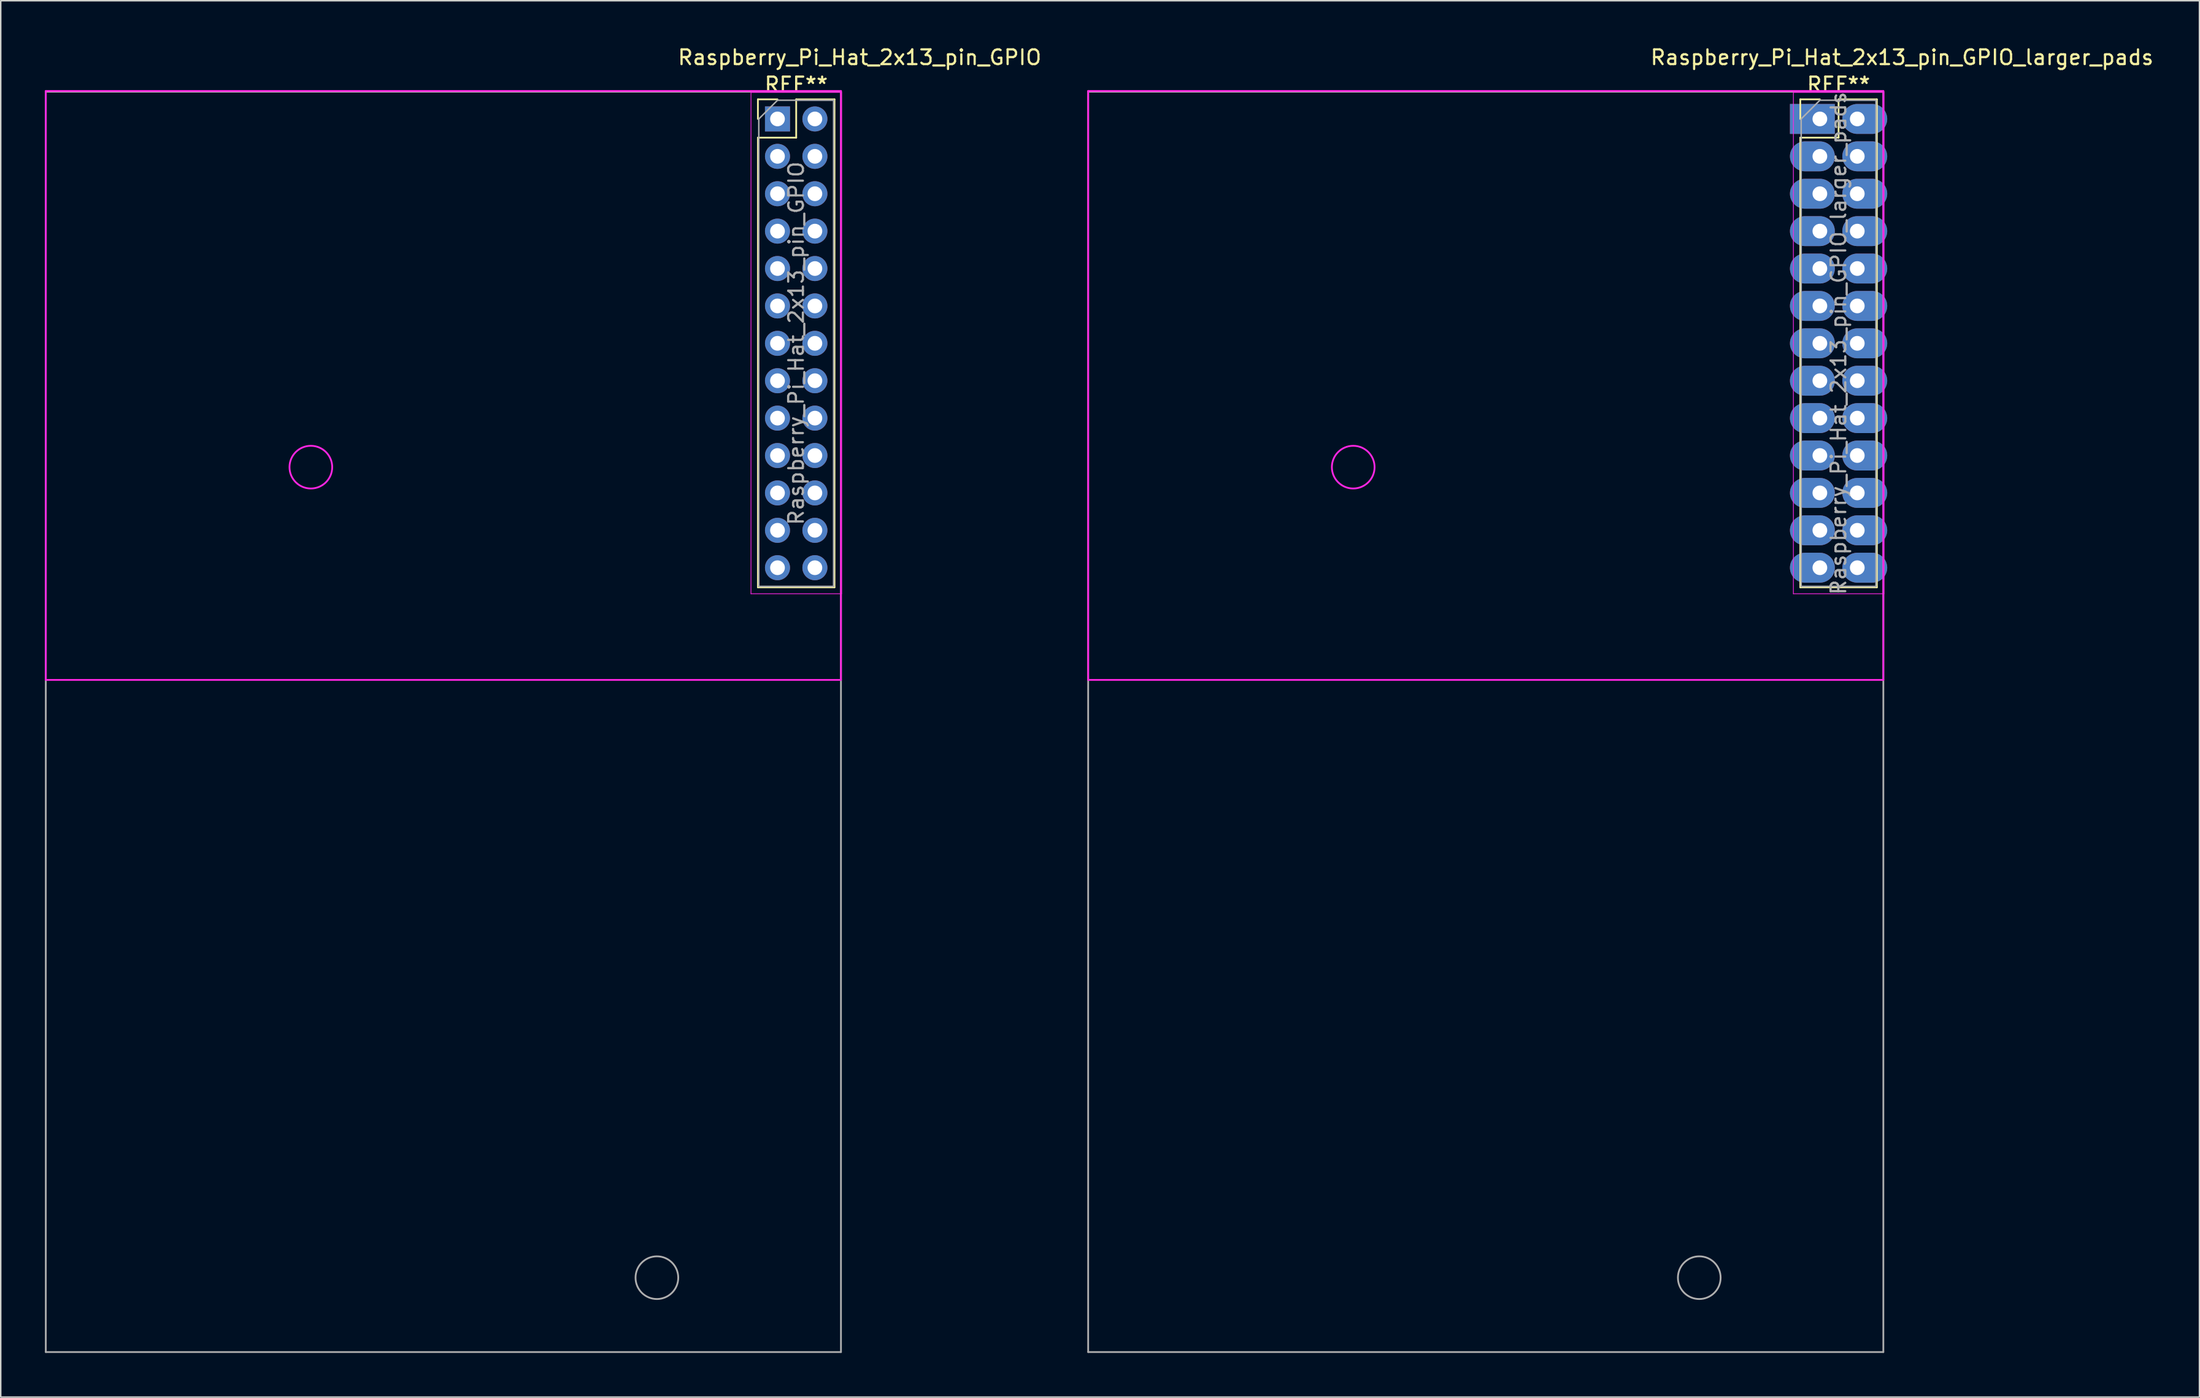
<source format=kicad_pcb>
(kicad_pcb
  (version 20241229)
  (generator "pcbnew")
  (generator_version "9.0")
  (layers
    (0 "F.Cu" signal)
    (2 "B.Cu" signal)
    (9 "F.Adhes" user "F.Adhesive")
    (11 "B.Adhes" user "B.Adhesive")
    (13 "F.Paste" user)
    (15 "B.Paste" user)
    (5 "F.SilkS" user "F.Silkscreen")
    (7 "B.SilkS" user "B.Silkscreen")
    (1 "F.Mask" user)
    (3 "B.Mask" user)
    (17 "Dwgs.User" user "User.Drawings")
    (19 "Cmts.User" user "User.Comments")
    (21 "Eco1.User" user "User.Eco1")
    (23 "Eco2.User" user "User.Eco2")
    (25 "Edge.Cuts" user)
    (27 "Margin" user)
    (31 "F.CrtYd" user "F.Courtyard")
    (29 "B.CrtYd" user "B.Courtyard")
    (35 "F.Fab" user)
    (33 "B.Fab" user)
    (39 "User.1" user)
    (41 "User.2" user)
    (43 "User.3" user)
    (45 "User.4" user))
  (footprint "Raspberry_Pi_Hat_2x13_pin_GPIO"
    (layer "F.Cu")
    (at 49.717 5.033)
    (property "Reference" "Raspberry_Pi_Hat_2x13_pin_GPIO" (at 5.613 -4.185 0) (layer "F.SilkS") (effects (font (size 1 1) (thickness 0.15))))
    (attr through_hole)
    (fp_line (start -1.297 -1.335) (end 0.033 -1.335) (stroke (width 0.12) (type solid)) (layer "F.SilkS"))
    (fp_line (start -1.297 -0.005) (end -1.297 -1.335) (stroke (width 0.12) (type solid)) (layer "F.SilkS"))
    (fp_line (start -1.297 1.265) (end -1.297 31.805) (stroke (width 0.12) (type solid)) (layer "F.SilkS"))
    (fp_line (start -1.297 1.265) (end 1.303 1.265) (stroke (width 0.12) (type solid)) (layer "F.SilkS"))
    (fp_line (start -1.297 31.805) (end 3.903 31.805) (stroke (width 0.12) (type solid)) (layer "F.SilkS"))
    (fp_line (start 1.303 -1.335) (end 3.903 -1.335) (stroke (width 0.12) (type solid)) (layer "F.SilkS"))
    (fp_line (start 1.303 1.265) (end 1.303 -1.335) (stroke (width 0.12) (type solid)) (layer "F.SilkS"))
    (fp_line (start 3.903 -1.335) (end 3.903 31.805) (stroke (width 0.12) (type solid)) (layer "F.SilkS"))
    (fp_line (start -49.657 -1.905) (end -49.657 38.095) (stroke (width 0.12) (type solid)) (layer "F.CrtYd"))
    (fp_line (start -49.657 38.095) (end 4.343 38.095) (stroke (width 0.12) (type solid)) (layer "F.CrtYd"))
    (fp_line (start -1.767 -1.805) (end -1.767 32.245) (stroke (width 0.05) (type solid)) (layer "F.CrtYd"))
    (fp_line (start -1.767 32.245) (end 4.383 32.245) (stroke (width 0.05) (type solid)) (layer "F.CrtYd"))
    (fp_line (start 4.343 -1.905) (end -49.657 -1.905) (stroke (width 0.12) (type solid)) (layer "F.CrtYd"))
    (fp_line (start 4.343 38.095) (end 4.343 -1.905) (stroke (width 0.12) (type solid)) (layer "F.CrtYd"))
    (fp_line (start 4.383 -1.805) (end -1.767 -1.805) (stroke (width 0.05) (type solid)) (layer "F.CrtYd"))
    (fp_line (start 4.383 32.245) (end 4.383 -1.805) (stroke (width 0.05) (type solid)) (layer "F.CrtYd"))
    (fp_circle (center -31.657 23.645) (end -30.207 23.645) (stroke (width 0.12) (type solid)) (fill no) (layer "F.CrtYd"))
    (fp_line (start -49.657 -1.855) (end 4.343 -1.855) (stroke (width 0.12) (type solid)) (layer "F.Fab"))
    (fp_line (start -49.657 83.745) (end -49.657 -1.855) (stroke (width 0.12) (type solid)) (layer "F.Fab"))
    (fp_line (start -1.237 -0.005) (end 0.033 -1.275) (stroke (width 0.1) (type solid)) (layer "F.Fab"))
    (fp_line (start -1.237 31.745) (end -1.237 -0.005) (stroke (width 0.1) (type solid)) (layer "F.Fab"))
    (fp_line (start 0.033 -1.275) (end 3.843 -1.275) (stroke (width 0.1) (type solid)) (layer "F.Fab"))
    (fp_line (start 3.843 -1.275) (end 3.843 31.745) (stroke (width 0.1) (type solid)) (layer "F.Fab"))
    (fp_line (start 3.843 31.745) (end -1.237 31.745) (stroke (width 0.1) (type solid)) (layer "F.Fab"))
    (fp_line (start 4.343 -1.855) (end 4.343 83.745) (stroke (width 0.12) (type solid)) (layer "F.Fab"))
    (fp_line (start 4.343 83.745) (end -49.657 83.745) (stroke (width 0.12) (type solid)) (layer "F.Fab"))
    (fp_circle (center -8.157 78.695) (end -6.707 78.695) (stroke (width 0.12) (type solid)) (fill no) (layer "F.Fab"))
    (fp_text user "REF**" (at 1.303 -2.335 0) (layer "F.SilkS") (effects (font (size 1 1) (thickness 0.15))))
    (fp_text user "${REFERENCE}" (at 1.303 15.235 90) (layer "F.Fab") (effects (font (size 1 1) (thickness 0.15))))
    (pad "1" thru_hole rect (at 0.033 -0.005) (size 1.7 1.7) (drill 1) (layers "*.Cu" "*.Mask"))
    (pad "2" thru_hole oval (at 2.573 -0.005) (size 1.7 1.7) (drill 1) (layers "*.Cu" "*.Mask"))
    (pad "3" thru_hole oval (at 0.033 2.535) (size 1.7 1.7) (drill 1) (layers "*.Cu" "*.Mask"))
    (pad "4" thru_hole oval (at 2.573 2.535) (size 1.7 1.7) (drill 1) (layers "*.Cu" "*.Mask"))
    (pad "5" thru_hole oval (at 0.033 5.075) (size 1.7 1.7) (drill 1) (layers "*.Cu" "*.Mask"))
    (pad "6" thru_hole oval (at 2.573 5.075) (size 1.7 1.7) (drill 1) (layers "*.Cu" "*.Mask"))
    (pad "7" thru_hole oval (at 0.033 7.615) (size 1.7 1.7) (drill 1) (layers "*.Cu" "*.Mask"))
    (pad "8" thru_hole oval (at 2.573 7.615) (size 1.7 1.7) (drill 1) (layers "*.Cu" "*.Mask"))
    (pad "9" thru_hole oval (at 0.033 10.155) (size 1.7 1.7) (drill 1) (layers "*.Cu" "*.Mask"))
    (pad "10" thru_hole oval (at 2.573 10.155) (size 1.7 1.7) (drill 1) (layers "*.Cu" "*.Mask"))
    (pad "11" thru_hole oval (at 0.033 12.695) (size 1.7 1.7) (drill 1) (layers "*.Cu" "*.Mask"))
    (pad "12" thru_hole oval (at 2.573 12.695) (size 1.7 1.7) (drill 1) (layers "*.Cu" "*.Mask"))
    (pad "13" thru_hole oval (at 0.033 15.235) (size 1.7 1.7) (drill 1) (layers "*.Cu" "*.Mask"))
    (pad "14" thru_hole oval (at 2.573 15.235) (size 1.7 1.7) (drill 1) (layers "*.Cu" "*.Mask"))
    (pad "15" thru_hole oval (at 0.033 17.775) (size 1.7 1.7) (drill 1) (layers "*.Cu" "*.Mask"))
    (pad "16" thru_hole oval (at 2.573 17.775) (size 1.7 1.7) (drill 1) (layers "*.Cu" "*.Mask"))
    (pad "17" thru_hole oval (at 0.033 20.315) (size 1.7 1.7) (drill 1) (layers "*.Cu" "*.Mask"))
    (pad "18" thru_hole oval (at 2.573 20.315) (size 1.7 1.7) (drill 1) (layers "*.Cu" "*.Mask"))
    (pad "19" thru_hole oval (at 0.033 22.855) (size 1.7 1.7) (drill 1) (layers "*.Cu" "*.Mask"))
    (pad "20" thru_hole oval (at 2.573 22.855) (size 1.7 1.7) (drill 1) (layers "*.Cu" "*.Mask"))
    (pad "21" thru_hole oval (at 0.033 25.395) (size 1.7 1.7) (drill 1) (layers "*.Cu" "*.Mask"))
    (pad "22" thru_hole oval (at 2.573 25.395) (size 1.7 1.7) (drill 1) (layers "*.Cu" "*.Mask"))
    (pad "23" thru_hole oval (at 0.033 27.935) (size 1.7 1.7) (drill 1) (layers "*.Cu" "*.Mask"))
    (pad "24" thru_hole oval (at 2.573 27.935) (size 1.7 1.7) (drill 1) (layers "*.Cu" "*.Mask"))
    (pad "25" thru_hole oval (at 0.033 30.475) (size 1.7 1.7) (drill 1) (layers "*.Cu" "*.Mask"))
    (pad "26" thru_hole oval (at 2.573 30.475) (size 1.7 1.7) (drill 1) (layers "*.Cu" "*.Mask")))
  (footprint "Raspberry_Pi_Hat_2x13_pin_GPIO_larger_pads"
    (layer "F.Cu")
    (at 120.505 5.033)
    (property "Reference" "Raspberry_Pi_Hat_2x13_pin_GPIO_larger_pads" (at 5.613 -4.185 0) (layer "F.SilkS") (effects (font (size 1 1) (thickness 0.15))))
    (attr through_hole)
    (fp_line (start -1.297 -1.335) (end 0.033 -1.335) (stroke (width 0.12) (type solid)) (layer "F.SilkS"))
    (fp_line (start -1.297 -0.005) (end -1.297 -1.335) (stroke (width 0.12) (type solid)) (layer "F.SilkS"))
    (fp_line (start -1.297 1.265) (end -1.297 31.805) (stroke (width 0.12) (type solid)) (layer "F.SilkS"))
    (fp_line (start -1.297 1.265) (end 1.303 1.265) (stroke (width 0.12) (type solid)) (layer "F.SilkS"))
    (fp_line (start -1.297 31.805) (end 3.903 31.805) (stroke (width 0.12) (type solid)) (layer "F.SilkS"))
    (fp_line (start 1.303 -1.335) (end 3.903 -1.335) (stroke (width 0.12) (type solid)) (layer "F.SilkS"))
    (fp_line (start 1.303 1.265) (end 1.303 -1.335) (stroke (width 0.12) (type solid)) (layer "F.SilkS"))
    (fp_line (start 3.903 -1.335) (end 3.903 31.805) (stroke (width 0.12) (type solid)) (layer "F.SilkS"))
    (fp_line (start -49.657 -1.905) (end -49.657 38.095) (stroke (width 0.12) (type solid)) (layer "F.CrtYd"))
    (fp_line (start -49.657 38.095) (end 4.343 38.095) (stroke (width 0.12) (type solid)) (layer "F.CrtYd"))
    (fp_line (start -1.767 -1.805) (end -1.767 32.245) (stroke (width 0.05) (type solid)) (layer "F.CrtYd"))
    (fp_line (start -1.767 32.245) (end 4.383 32.245) (stroke (width 0.05) (type solid)) (layer "F.CrtYd"))
    (fp_line (start 4.343 -1.905) (end -49.657 -1.905) (stroke (width 0.12) (type solid)) (layer "F.CrtYd"))
    (fp_line (start 4.343 38.095) (end 4.343 -1.905) (stroke (width 0.12) (type solid)) (layer "F.CrtYd"))
    (fp_line (start 4.383 -1.805) (end -1.767 -1.805) (stroke (width 0.05) (type solid)) (layer "F.CrtYd"))
    (fp_line (start 4.383 32.245) (end 4.383 -1.805) (stroke (width 0.05) (type solid)) (layer "F.CrtYd"))
    (fp_circle (center -31.657 23.645) (end -30.207 23.645) (stroke (width 0.12) (type solid)) (fill no) (layer "F.CrtYd"))
    (fp_line (start -49.657 -1.855) (end 4.343 -1.855) (stroke (width 0.12) (type solid)) (layer "F.Fab"))
    (fp_line (start -49.657 83.745) (end -49.657 -1.855) (stroke (width 0.12) (type solid)) (layer "F.Fab"))
    (fp_line (start -1.237 -0.005) (end 0.033 -1.275) (stroke (width 0.1) (type solid)) (layer "F.Fab"))
    (fp_line (start -1.237 31.745) (end -1.237 -0.005) (stroke (width 0.1) (type solid)) (layer "F.Fab"))
    (fp_line (start 0.033 -1.275) (end 3.843 -1.275) (stroke (width 0.1) (type solid)) (layer "F.Fab"))
    (fp_line (start 3.843 -1.275) (end 3.843 31.745) (stroke (width 0.1) (type solid)) (layer "F.Fab"))
    (fp_line (start 3.843 31.745) (end -1.237 31.745) (stroke (width 0.1) (type solid)) (layer "F.Fab"))
    (fp_line (start 4.343 -1.855) (end 4.343 83.745) (stroke (width 0.12) (type solid)) (layer "F.Fab"))
    (fp_line (start 4.343 83.745) (end -49.657 83.745) (stroke (width 0.12) (type solid)) (layer "F.Fab"))
    (fp_circle (center -8.157 78.695) (end -6.707 78.695) (stroke (width 0.12) (type solid)) (fill no) (layer "F.Fab"))
    (fp_text user "REF**" (at 1.303 -2.335 0) (layer "F.SilkS") (effects (font (size 1 1) (thickness 0.15))))
    (fp_text user "${REFERENCE}" (at 1.303 15.235 90) (layer "F.Fab") (effects (font (size 1 1) (thickness 0.15))))
    (pad "1" thru_hole rect (at 0.033 -0.005) (size 3.048 2.032) (drill 1 (offset -0.508 0)) (layers "*.Cu" "*.Mask"))
    (pad "2" thru_hole oval (at 2.573 -0.005) (size 3.048 2.032) (drill 1 (offset 0.508 0)) (layers "*.Cu" "*.Mask"))
    (pad "3" thru_hole oval (at 0.033 2.535) (size 3.048 2.032) (drill 1 (offset -0.508 0)) (layers "*.Cu" "*.Mask"))
    (pad "4" thru_hole oval (at 2.573 2.535) (size 3.048 2.032) (drill 1 (offset 0.508 0)) (layers "*.Cu" "*.Mask"))
    (pad "5" thru_hole oval (at 0.033 5.075) (size 3.048 2.032) (drill 1 (offset -0.508 0)) (layers "*.Cu" "*.Mask"))
    (pad "6" thru_hole oval (at 2.573 5.075) (size 3.048 2.032) (drill 1 (offset 0.508 0)) (layers "*.Cu" "*.Mask"))
    (pad "7" thru_hole oval (at 0.033 7.615) (size 3.048 2.032) (drill 1 (offset -0.508 0)) (layers "*.Cu" "*.Mask"))
    (pad "8" thru_hole oval (at 2.573 7.615) (size 3.048 2.032) (drill 1 (offset 0.508 0)) (layers "*.Cu" "*.Mask"))
    (pad "9" thru_hole oval (at 0.033 10.155) (size 3.048 2.032) (drill 1 (offset -0.508 0)) (layers "*.Cu" "*.Mask"))
    (pad "10" thru_hole oval (at 2.573 10.155) (size 3.048 2.032) (drill 1 (offset 0.508 0)) (layers "*.Cu" "*.Mask"))
    (pad "11" thru_hole oval (at 0.033 12.695) (size 3.048 2.032) (drill 1 (offset -0.508 0)) (layers "*.Cu" "*.Mask"))
    (pad "12" thru_hole oval (at 2.573 12.695) (size 3.048 2.032) (drill 1 (offset 0.508 0)) (layers "*.Cu" "*.Mask"))
    (pad "13" thru_hole oval (at 0.033 15.235) (size 3.048 2.032) (drill 1 (offset -0.508 0)) (layers "*.Cu" "*.Mask"))
    (pad "14" thru_hole oval (at 2.573 15.235) (size 3.048 2.032) (drill 1 (offset 0.508 0)) (layers "*.Cu" "*.Mask"))
    (pad "15" thru_hole oval (at 0.033 17.775) (size 3.048 2.032) (drill 1 (offset -0.508 0)) (layers "*.Cu" "*.Mask"))
    (pad "16" thru_hole oval (at 2.573 17.775) (size 3.048 2.032) (drill 1 (offset 0.508 0)) (layers "*.Cu" "*.Mask"))
    (pad "17" thru_hole oval (at 0.033 20.315) (size 3.048 2.032) (drill 1 (offset -0.508 0)) (layers "*.Cu" "*.Mask"))
    (pad "18" thru_hole oval (at 2.573 20.315) (size 3.048 2.032) (drill 1 (offset 0.508 0)) (layers "*.Cu" "*.Mask"))
    (pad "19" thru_hole oval (at 0.033 22.855) (size 3.048 2.032) (drill 1 (offset -0.508 0)) (layers "*.Cu" "*.Mask"))
    (pad "20" thru_hole oval (at 2.573 22.855) (size 3.048 2.032) (drill 1 (offset 0.508 0)) (layers "*.Cu" "*.Mask"))
    (pad "21" thru_hole oval (at 0.033 25.395) (size 3.048 2.032) (drill 1 (offset -0.508 0)) (layers "*.Cu" "*.Mask"))
    (pad "22" thru_hole oval (at 2.573 25.395) (size 3.048 2.032) (drill 1 (offset 0.508 0)) (layers "*.Cu" "*.Mask"))
    (pad "23" thru_hole oval (at 0.033 27.935) (size 3.048 2.032) (drill 1 (offset -0.508 0)) (layers "*.Cu" "*.Mask"))
    (pad "24" thru_hole oval (at 2.573 27.935) (size 3.048 2.032) (drill 1 (offset 0.508 0)) (layers "*.Cu" "*.Mask"))
    (pad "25" thru_hole oval (at 0.033 30.475) (size 3.048 2.032) (drill 1 (offset -0.508 0)) (layers "*.Cu" "*.Mask"))
    (pad "26" thru_hole oval (at 2.573 30.475) (size 3.048 2.032) (drill 1 (offset 0.508 0)) (layers "*.Cu" "*.Mask")))
  (gr_rect
    (start -3 -3)
    (end 146.315 91.838)
    (stroke (width 0.1) (type default))
    (fill no)
    (layer "Edge.Cuts")))
</source>
